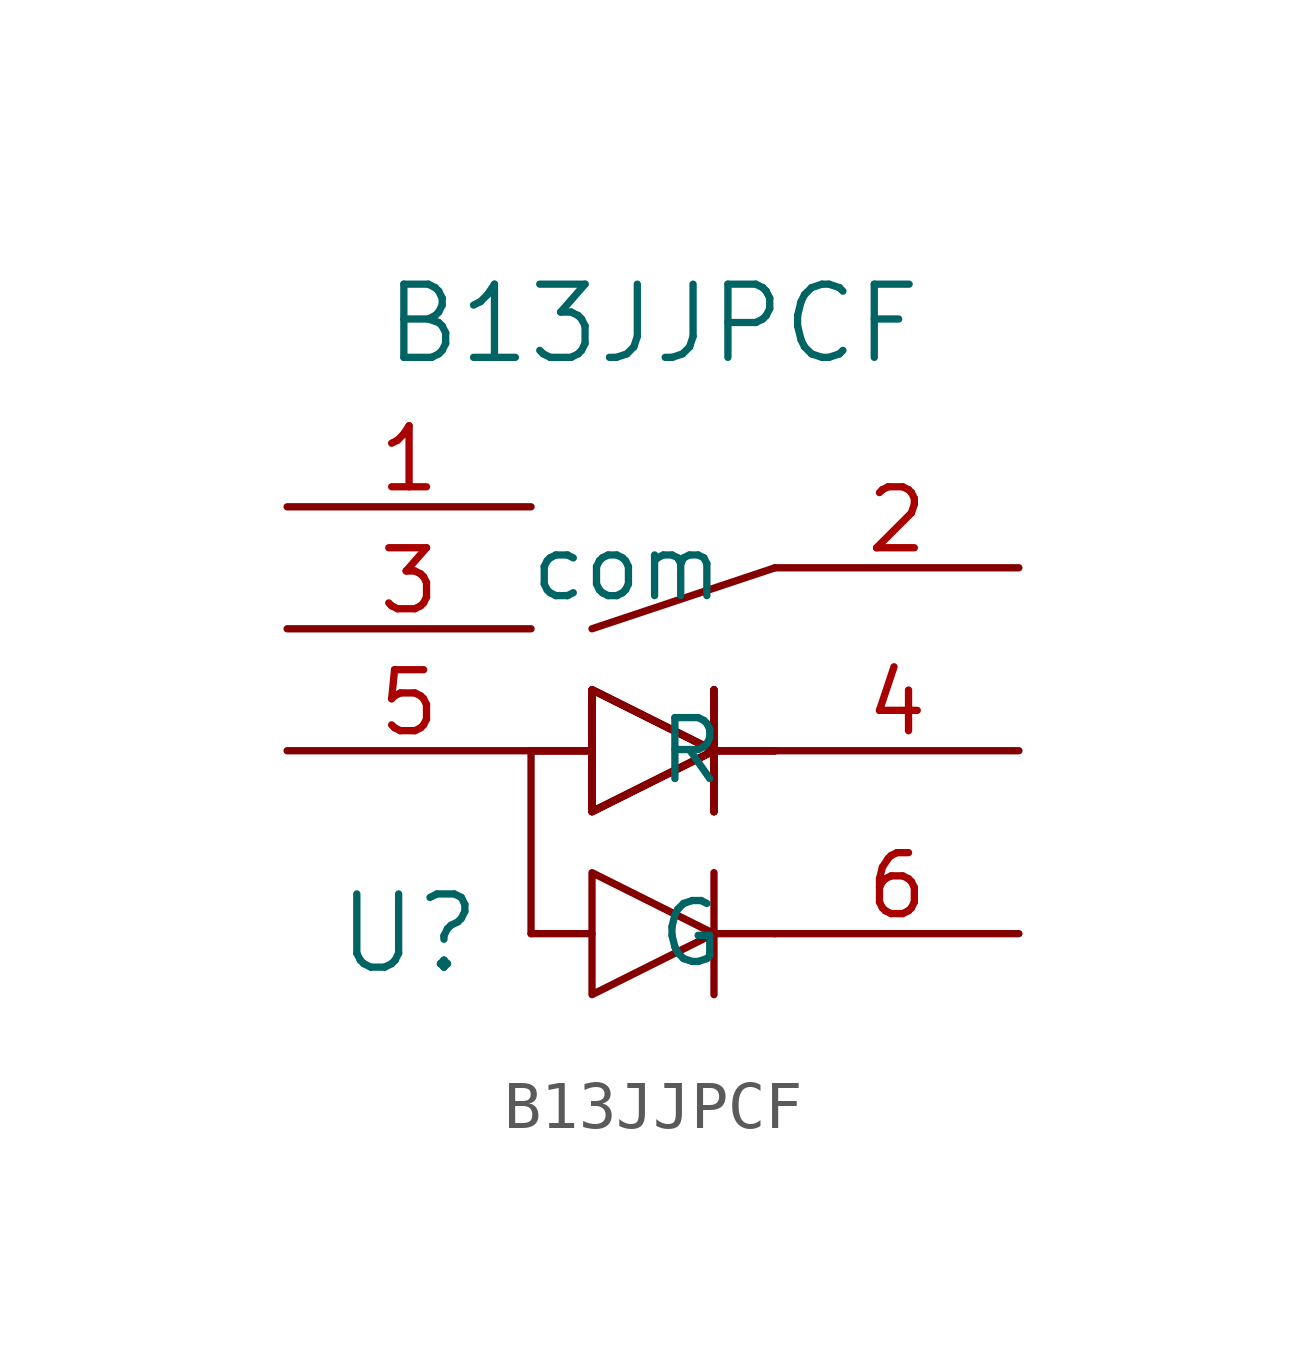
<source format=kicad_sym>
(kicad_symbol_lib
  (version 20211014)
  (generator kicad_symbol_editor)
  (symbol "B13JJPCF"
    (pin_names
      (offset 1.016))
    (property "Reference" "U"
      (at -5.08 -6.35 0)
      (effects (font (size 1.524 1.524))))
    (property "Value" "B13JJPCF"
      (at 0 6.35 0)
      (effects (font (size 1.524 1.524))))
    (symbol "B13JJPCF_0_1"
      (polyline (pts (xy -2.54 -2.54) (xy -2.54 -6.35)) (stroke (width 0) (type default) (color 0 0 0 0)) (fill (type none)))
      (polyline (pts (xy -1.27 -6.35) (xy -2.54 -6.35)) (stroke (width 0) (type default) (color 0 0 0 0)) (fill (type none)))
      (polyline (pts (xy -1.27 -2.54) (xy -2.54 -2.54)) (stroke (width 0) (type default) (color 0 0 0 0)) (fill (type none)))
      (polyline (pts (xy -1.27 -2.54) (xy -2.54 -2.54)) (stroke (width 0) (type default) (color 0 0 0 0)) (fill (type none)))
      (polyline (pts (xy -1.27 -2.54) (xy -2.54 -2.54)) (stroke (width 0) (type default) (color 0 0 0 0)) (fill (type none)))
      (polyline (pts (xy -1.27 -2.54) (xy -2.54 -2.54)) (stroke (width 0) (type default) (color 0 0 0 0)) (fill (type none)))
      (polyline (pts (xy 1.27 -6.35) (xy 2.54 -6.35)) (stroke (width 0) (type default) (color 0 0 0 0)) (fill (type none)))
      (polyline (pts (xy 1.27 -5.08) (xy 1.27 -7.62)) (stroke (width 0) (type default) (color 0 0 0 0)) (fill (type none)))
      (polyline (pts (xy 1.27 -2.54) (xy 2.54 -2.54)) (stroke (width 0) (type default) (color 0 0 0 0)) (fill (type none)))
      (polyline (pts (xy 1.27 -2.54) (xy 2.54 -2.54)) (stroke (width 0) (type default) (color 0 0 0 0)) (fill (type none)))
      (polyline (pts (xy 1.27 -2.54) (xy 2.54 -2.54)) (stroke (width 0) (type default) (color 0 0 0 0)) (fill (type none)))
      (polyline (pts (xy 1.27 -2.54) (xy 2.54 -2.54)) (stroke (width 0) (type default) (color 0 0 0 0)) (fill (type none)))
      (polyline (pts (xy 1.27 -1.27) (xy 1.27 -3.81)) (stroke (width 0) (type default) (color 0 0 0 0)) (fill (type none)))
      (polyline (pts (xy 1.27 -1.27) (xy 1.27 -3.81)) (stroke (width 0) (type default) (color 0 0 0 0)) (fill (type none)))
      (polyline (pts (xy 1.27 -1.27) (xy 1.27 -3.81)) (stroke (width 0) (type default) (color 0 0 0 0)) (fill (type none)))
      (polyline (pts (xy 1.27 -1.27) (xy 1.27 -3.81)) (stroke (width 0) (type default) (color 0 0 0 0)) (fill (type none)))
      (polyline (pts (xy 2.54 1.27) (xy -1.27 0)) (stroke (width 0) (type default) (color 0 0 0 0)) (fill (type none)))
      (polyline (pts (xy -1.27 -5.08) (xy 1.27 -6.35) (xy -1.27 -7.62) (xy -1.27 -5.08)) (stroke (width 0) (type default) (color 0 0 0 0)) (fill (type none)))
      (polyline (pts (xy -1.27 -1.27) (xy -1.27 -3.81) (xy 1.27 -2.54) (xy -1.27 -1.27)) (stroke (width 0) (type default) (color 0 0 0 0)) (fill (type none)))
      (polyline (pts (xy -1.27 -1.27) (xy -1.27 -3.81) (xy 1.27 -2.54) (xy -1.27 -1.27)) (stroke (width 0) (type default) (color 0 0 0 0)) (fill (type none)))
      (polyline (pts (xy -1.27 -1.27) (xy -1.27 -3.81) (xy 1.27 -2.54) (xy -1.27 -1.27)) (stroke (width 0) (type default) (color 0 0 0 0)) (fill (type none)))
      (polyline (pts (xy -1.27 -1.27) (xy -1.27 -3.81) (xy 1.27 -2.54) (xy -1.27 -1.27)) (stroke (width 0) (type default) (color 0 0 0 0)) (fill (type none))))
    (symbol "B13JJPCF_1_1"
      (pin input line (at -7.62 2.54 0) (length 5.08) (name "~" (effects (font (size 1.27 1.27)))) (number "1" (effects (font (size 1.27 1.27)))))
      (pin input line (at 7.62 1.27 180) (length 5.08) (name "com" (effects (font (size 1.27 1.27)))) (number "2" (effects (font (size 1.27 1.27)))))
      (pin input line (at -7.62 0 0) (length 5.08) (name "~" (effects (font (size 1.27 1.27)))) (number "3" (effects (font (size 1.27 1.27)))))
      (pin input line (at 7.62 -2.54 180) (length 5.08) (name "R" (effects (font (size 1.27 1.27)))) (number "4" (effects (font (size 1.27 1.27)))))
      (pin input line (at -7.62 -2.54 0) (length 5.08) (name "~" (effects (font (size 1.27 1.27)))) (number "5" (effects (font (size 1.27 1.27)))))
      (pin input line (at 7.62 -6.35 180) (length 5.08) (name "G" (effects (font (size 1.27 1.27)))) (number "6" (effects (font (size 1.27 1.27))))))))
</source>
